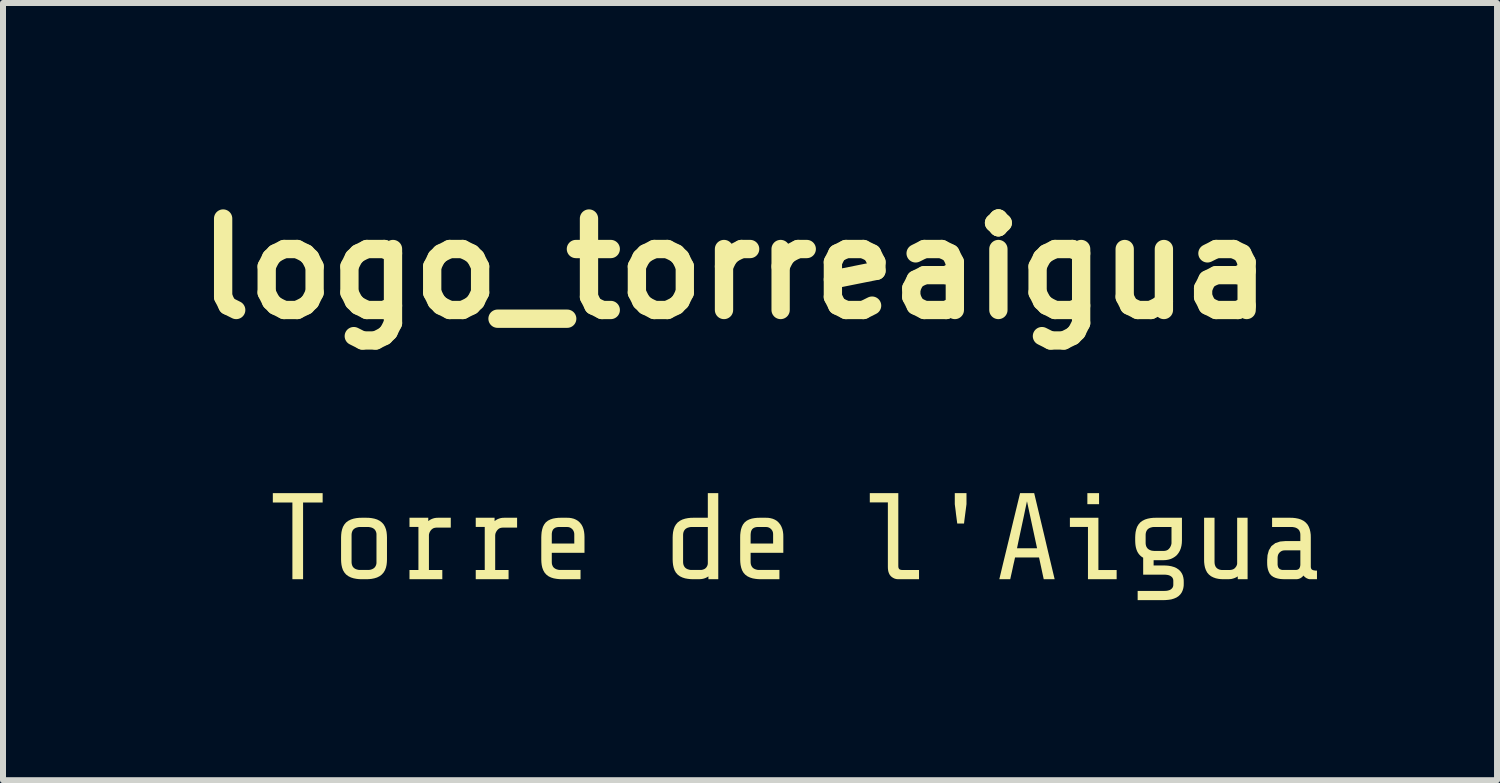
<source format=kicad_pcb>
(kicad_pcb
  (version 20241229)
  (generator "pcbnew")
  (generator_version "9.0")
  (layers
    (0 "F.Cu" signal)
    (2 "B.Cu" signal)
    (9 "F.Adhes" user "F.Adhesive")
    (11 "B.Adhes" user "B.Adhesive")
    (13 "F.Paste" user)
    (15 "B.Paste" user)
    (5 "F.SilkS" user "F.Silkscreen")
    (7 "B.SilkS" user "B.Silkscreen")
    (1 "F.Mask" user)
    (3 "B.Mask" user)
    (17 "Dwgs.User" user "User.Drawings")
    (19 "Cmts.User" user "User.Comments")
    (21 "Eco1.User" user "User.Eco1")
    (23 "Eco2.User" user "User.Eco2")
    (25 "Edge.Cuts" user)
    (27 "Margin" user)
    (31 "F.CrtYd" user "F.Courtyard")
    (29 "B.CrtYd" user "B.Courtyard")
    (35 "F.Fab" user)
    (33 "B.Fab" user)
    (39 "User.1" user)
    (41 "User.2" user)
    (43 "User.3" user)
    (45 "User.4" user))
  (footprint "logo_torreaigua"
    (layer "F.Cu")
    (at 9.195 6.212)
    (property "Reference" "logo_torreaigua" (at 0 -4.786 0) (layer "F.SilkS") (effects (font (size 1.524 1.524) (thickness 0.305))))
    (attr smd)
    (fp_poly (pts (xy 6.068 -1.045) (xy 6.068 -1.014) (xy 6.068 -0.983) (xy 6.068 -0.953) (xy 6.068 -0.922) (xy 6.068 -0.891) (xy 6.068 -0.861) (xy 6.035 -0.861) (xy 6.003 -0.861) (xy 5.97 -0.861) (xy 5.938 -0.861) (xy 5.906 -0.861) (xy 5.873 -0.861) (xy 5.873 -0.891) (xy 5.873 -0.922) (xy 5.873 -0.953) (xy 5.873 -0.983) (xy 5.873 -1.014) (xy 5.873 -1.045) (xy 5.906 -1.045) (xy 5.938 -1.045) (xy 5.97 -1.045) (xy 6.003 -1.045) (xy 6.035 -1.045) (xy 6.068 -1.045)) (stroke (width 0) (type solid)) (fill yes) (layer "F.SilkS"))
    (fp_poly (pts (xy 3.664 -0.861) (xy 3.664 -0.891) (xy 3.664 -0.922) (xy 3.664 -0.953) (xy 3.664 -0.983) (xy 3.664 -1.014) (xy 3.664 -1.045) (xy 3.696 -1.045) (xy 3.729 -1.045) (xy 3.761 -1.045) (xy 3.794 -1.045) (xy 3.826 -1.045) (xy 3.859 -1.045) (xy 3.859 -1.014) (xy 3.859 -0.983) (xy 3.859 -0.953) (xy 3.859 -0.922) (xy 3.859 -0.891) (xy 3.859 -0.861) (xy 3.852 -0.807) (xy 3.845 -0.753) (xy 3.838 -0.7) (xy 3.831 -0.646) (xy 3.824 -0.592) (xy 3.818 -0.539) (xy 3.799 -0.539) (xy 3.78 -0.539) (xy 3.762 -0.539) (xy 3.743 -0.539) (xy 3.724 -0.539) (xy 3.705 -0.539) (xy 3.698 -0.593) (xy 3.691 -0.646) (xy 3.684 -0.699) (xy 3.678 -0.753) (xy 3.671 -0.807) (xy 3.664 -0.861)) (stroke (width 0) (type solid)) (fill yes) (layer "F.SilkS"))
    (fp_poly (pts (xy -7.373 0.389) (xy -7.373 0.176) (xy -7.373 -0.037) (xy -7.373 -0.25) (xy -7.373 -0.463) (xy -7.373 -0.676) (xy -7.373 -0.889) (xy -7.428 -0.889) (xy -7.482 -0.889) (xy -7.536 -0.889) (xy -7.59 -0.889) (xy -7.645 -0.889) (xy -7.699 -0.889) (xy -7.699 -0.915) (xy -7.699 -0.941) (xy -7.699 -0.967) (xy -7.699 -0.993) (xy -7.699 -1.019) (xy -7.699 -1.045) (xy -7.56 -1.045) (xy -7.422 -1.045) (xy -7.284 -1.045) (xy -7.145 -1.045) (xy -7.007 -1.045) (xy -6.869 -1.045) (xy -6.869 -1.019) (xy -6.869 -0.993) (xy -6.869 -0.968) (xy -6.869 -0.941) (xy -6.869 -0.915) (xy -6.869 -0.889) (xy -6.923 -0.889) (xy -6.978 -0.889) (xy -7.032 -0.889) (xy -7.086 -0.889) (xy -7.141 -0.889) (xy -7.195 -0.889) (xy -7.195 -0.676) (xy -7.195 -0.463) (xy -7.195 -0.25) (xy -7.195 -0.037) (xy -7.195 0.176) (xy -7.195 0.389) (xy -7.225 0.389) (xy -7.254 0.389) (xy -7.284 0.389) (xy -7.314 0.389) (xy -7.343 0.389) (xy -7.373 0.389)) (stroke (width 0) (type solid)) (fill yes) (layer "F.SilkS"))
    (fp_poly (pts (xy 5.582 -0.482) (xy 5.582 -0.507) (xy 5.582 -0.532) (xy 5.582 -0.558) (xy 5.582 -0.584) (xy 5.582 -0.609) (xy 5.582 -0.635) (xy 5.661 -0.635) (xy 5.74 -0.635) (xy 5.82 -0.635) (xy 5.899 -0.635) (xy 5.978 -0.635) (xy 6.057 -0.635) (xy 6.057 -0.49) (xy 6.057 -0.345) (xy 6.057 -0.2) (xy 6.057 -0.055) (xy 6.057 0.09) (xy 6.057 0.236) (xy 6.108 0.236) (xy 6.158 0.236) (xy 6.209 0.236) (xy 6.259 0.236) (xy 6.31 0.236) (xy 6.361 0.236) (xy 6.361 0.261) (xy 6.361 0.287) (xy 6.361 0.312) (xy 6.361 0.338) (xy 6.361 0.363) (xy 6.361 0.389) (xy 6.281 0.389) (xy 6.201 0.389) (xy 6.122 0.389) (xy 6.042 0.389) (xy 5.963 0.389) (xy 5.883 0.389) (xy 5.883 0.244) (xy 5.883 0.099) (xy 5.883 -0.046) (xy 5.883 -0.191) (xy 5.883 -0.336) (xy 5.883 -0.482) (xy 5.833 -0.482) (xy 5.783 -0.482) (xy 5.733 -0.482) (xy 5.682 -0.482) (xy 5.632 -0.482) (xy 5.582 -0.482)) (stroke (width 0) (type solid)) (fill yes) (layer "F.SilkS"))
    (fp_poly (pts (xy 4.752 -1.045) (xy 4.867 -0.91) (xy 4.895 -0.779) (xy 4.923 -0.649) (xy 4.951 -0.518) (xy 4.979 -0.388) (xy 5.007 -0.257) (xy 5.035 -0.127) (xy 4.979 -0.127) (xy 4.924 -0.127) (xy 4.868 -0.127) (xy 4.812 -0.127) (xy 4.756 -0.127) (xy 4.701 -0.127) (xy 4.728 -0.257) (xy 4.756 -0.388) (xy 4.784 -0.518) (xy 4.812 -0.649) (xy 4.839 -0.779) (xy 4.867 -0.91) (xy 4.752 -1.045) (xy 4.694 -0.806) (xy 4.636 -0.567) (xy 4.579 -0.328) (xy 4.521 -0.089) (xy 4.463 0.15) (xy 4.406 0.389) (xy 4.436 0.389) (xy 4.466 0.389) (xy 4.497 0.389) (xy 4.527 0.389) (xy 4.557 0.389) (xy 4.588 0.389) (xy 4.601 0.329) (xy 4.615 0.268) (xy 4.628 0.208) (xy 4.641 0.147) (xy 4.655 0.087) (xy 4.668 0.027) (xy 4.734 0.027) (xy 4.801 0.027) (xy 4.868 0.027) (xy 4.935 0.027) (xy 5.001 0.027) (xy 5.068 0.027) (xy 5.081 0.087) (xy 5.094 0.148) (xy 5.107 0.208) (xy 5.12 0.269) (xy 5.133 0.329) (xy 5.146 0.389) (xy 5.176 0.389) (xy 5.206 0.389) (xy 5.237 0.389) (xy 5.267 0.389) (xy 5.297 0.389) (xy 5.328 0.389) (xy 5.271 0.15) (xy 5.214 -0.089) (xy 5.158 -0.328) (xy 5.101 -0.567) (xy 5.044 -0.806) (xy 4.987 -1.045) (xy 4.948 -1.045) (xy 4.909 -1.045) (xy 4.87 -1.045) (xy 4.83 -1.045) (xy 4.791 -1.045) (xy 4.752 -1.045)) (stroke (width 0) (type solid)) (fill yes) (layer "F.SilkS"))
    (fp_poly (pts (xy 2.723 0.389) (xy 2.701 0.388) (xy 2.679 0.384) (xy 2.657 0.377) (xy 2.637 0.367) (xy 2.618 0.355) (xy 2.6 0.34) (xy 2.582 0.319) (xy 2.569 0.294) (xy 2.559 0.268) (xy 2.553 0.24) (xy 2.55 0.213) (xy 2.549 0.184) (xy 2.549 0.005) (xy 2.549 -0.174) (xy 2.549 -0.354) (xy 2.549 -0.533) (xy 2.549 -0.712) (xy 2.549 -0.891) (xy 2.499 -0.891) (xy 2.449 -0.891) (xy 2.399 -0.891) (xy 2.348 -0.891) (xy 2.298 -0.891) (xy 2.248 -0.891) (xy 2.248 -0.917) (xy 2.248 -0.942) (xy 2.248 -0.968) (xy 2.248 -0.993) (xy 2.248 -1.019) (xy 2.248 -1.045) (xy 2.327 -1.045) (xy 2.406 -1.045) (xy 2.486 -1.045) (xy 2.565 -1.045) (xy 2.644 -1.045) (xy 2.723 -1.045) (xy 2.723 -0.842) (xy 2.723 -0.639) (xy 2.723 -0.435) (xy 2.723 -0.232) (xy 2.723 -0.029) (xy 2.723 0.174) (xy 2.724 0.183) (xy 2.725 0.191) (xy 2.726 0.199) (xy 2.73 0.207) (xy 2.734 0.215) (xy 2.74 0.221) (xy 2.748 0.227) (xy 2.757 0.23) (xy 2.766 0.233) (xy 2.775 0.235) (xy 2.785 0.235) (xy 2.795 0.236) (xy 2.841 0.236) (xy 2.886 0.236) (xy 2.931 0.236) (xy 2.977 0.236) (xy 3.022 0.236) (xy 3.068 0.236) (xy 3.068 0.261) (xy 3.068 0.286) (xy 3.068 0.312) (xy 3.068 0.338) (xy 3.068 0.363) (xy 3.068 0.389) (xy 3.01 0.389) (xy 2.953 0.389) (xy 2.896 0.389) (xy 2.838 0.389) (xy 2.78 0.389) (xy 2.723 0.389)) (stroke (width 0) (type solid)) (fill yes) (layer "F.SilkS"))
    (fp_poly (pts (xy -5.273 0.236) (xy -5.273 0.116) (xy -5.273 -0.003) (xy -5.273 -0.123) (xy -5.273 -0.243) (xy -5.273 -0.362) (xy -5.273 -0.482) (xy -5.297 -0.482) (xy -5.322 -0.482) (xy -5.347 -0.482) (xy -5.372 -0.482) (xy -5.397 -0.482) (xy -5.422 -0.482) (xy -5.422 -0.507) (xy -5.422 -0.532) (xy -5.422 -0.558) (xy -5.422 -0.584) (xy -5.422 -0.609) (xy -5.422 -0.635) (xy -5.37 -0.635) (xy -5.318 -0.635) (xy -5.266 -0.635) (xy -5.213 -0.635) (xy -5.161 -0.635) (xy -5.109 -0.635) (xy -5.109 -0.626) (xy -5.109 -0.617) (xy -5.109 -0.607) (xy -5.109 -0.598) (xy -5.109 -0.589) (xy -5.109 -0.58) (xy -5.085 -0.597) (xy -5.059 -0.611) (xy -5.032 -0.622) (xy -5.003 -0.63) (xy -4.974 -0.634) (xy -4.945 -0.635) (xy -4.909 -0.635) (xy -4.874 -0.635) (xy -4.839 -0.635) (xy -4.804 -0.635) (xy -4.769 -0.635) (xy -4.734 -0.635) (xy -4.734 -0.608) (xy -4.734 -0.581) (xy -4.734 -0.554) (xy -4.734 -0.526) (xy -4.734 -0.499) (xy -4.734 -0.471) (xy -4.772 -0.471) (xy -4.811 -0.471) (xy -4.849 -0.471) (xy -4.888 -0.471) (xy -4.926 -0.471) (xy -4.965 -0.471) (xy -4.984 -0.47) (xy -5.002 -0.467) (xy -5.02 -0.462) (xy -5.036 -0.453) (xy -5.051 -0.442) (xy -5.064 -0.428) (xy -5.073 -0.416) (xy -5.081 -0.403) (xy -5.088 -0.389) (xy -5.093 -0.374) (xy -5.097 -0.359) (xy -5.098 -0.344) (xy -5.098 -0.248) (xy -5.098 -0.151) (xy -5.098 -0.054) (xy -5.098 0.043) (xy -5.098 0.139) (xy -5.098 0.236) (xy -5.061 0.236) (xy -5.024 0.236) (xy -4.987 0.236) (xy -4.95 0.236) (xy -4.913 0.236) (xy -4.875 0.236) (xy -4.875 0.261) (xy -4.875 0.287) (xy -4.875 0.312) (xy -4.875 0.338) (xy -4.875 0.363) (xy -4.875 0.389) (xy -4.966 0.389) (xy -5.057 0.389) (xy -5.149 0.389) (xy -5.24 0.389) (xy -5.331 0.389) (xy -5.422 0.389) (xy -5.422 0.364) (xy -5.422 0.338) (xy -5.422 0.313) (xy -5.422 0.287) (xy -5.422 0.262) (xy -5.422 0.236) (xy -5.397 0.236) (xy -5.373 0.236) (xy -5.348 0.236) (xy -5.323 0.236) (xy -5.298 0.236) (xy -5.273 0.236)) (stroke (width 0) (type solid)) (fill yes) (layer "F.SilkS"))
    (fp_poly (pts (xy -4.168 0.236) (xy -4.168 0.116) (xy -4.168 -0.003) (xy -4.168 -0.123) (xy -4.168 -0.243) (xy -4.168 -0.362) (xy -4.168 -0.482) (xy -4.193 -0.482) (xy -4.218 -0.482) (xy -4.242 -0.482) (xy -4.268 -0.482) (xy -4.292 -0.482) (xy -4.318 -0.482) (xy -4.318 -0.507) (xy -4.318 -0.532) (xy -4.318 -0.558) (xy -4.318 -0.584) (xy -4.318 -0.609) (xy -4.318 -0.635) (xy -4.265 -0.635) (xy -4.213 -0.635) (xy -4.161 -0.635) (xy -4.109 -0.635) (xy -4.056 -0.635) (xy -4.004 -0.635) (xy -4.004 -0.626) (xy -4.004 -0.617) (xy -4.004 -0.607) (xy -4.004 -0.598) (xy -4.004 -0.589) (xy -4.004 -0.58) (xy -3.98 -0.597) (xy -3.955 -0.611) (xy -3.927 -0.622) (xy -3.899 -0.63) (xy -3.87 -0.634) (xy -3.84 -0.635) (xy -3.805 -0.635) (xy -3.77 -0.635) (xy -3.735 -0.635) (xy -3.7 -0.635) (xy -3.665 -0.635) (xy -3.629 -0.635) (xy -3.629 -0.608) (xy -3.629 -0.581) (xy -3.629 -0.554) (xy -3.629 -0.526) (xy -3.629 -0.499) (xy -3.629 -0.471) (xy -3.668 -0.471) (xy -3.706 -0.471) (xy -3.745 -0.471) (xy -3.783 -0.471) (xy -3.822 -0.471) (xy -3.861 -0.471) (xy -3.879 -0.47) (xy -3.898 -0.467) (xy -3.915 -0.462) (xy -3.932 -0.453) (xy -3.946 -0.442) (xy -3.959 -0.428) (xy -3.968 -0.416) (xy -3.976 -0.403) (xy -3.983 -0.389) (xy -3.989 -0.374) (xy -3.992 -0.359) (xy -3.994 -0.344) (xy -3.994 -0.248) (xy -3.994 -0.151) (xy -3.994 -0.054) (xy -3.994 0.043) (xy -3.994 0.139) (xy -3.994 0.236) (xy -3.957 0.236) (xy -3.919 0.236) (xy -3.882 0.236) (xy -3.845 0.236) (xy -3.808 0.236) (xy -3.771 0.236) (xy -3.771 0.261) (xy -3.771 0.287) (xy -3.771 0.312) (xy -3.771 0.338) (xy -3.771 0.363) (xy -3.771 0.389) (xy -3.862 0.389) (xy -3.953 0.389) (xy -4.044 0.389) (xy -4.136 0.389) (xy -4.227 0.389) (xy -4.318 0.389) (xy -4.318 0.364) (xy -4.318 0.338) (xy -4.318 0.313) (xy -4.318 0.287) (xy -4.318 0.262) (xy -4.318 0.236) (xy -4.293 0.236) (xy -4.268 0.236) (xy -4.243 0.236) (xy -4.218 0.236) (xy -4.193 0.236) (xy -4.168 0.236)) (stroke (width 0) (type solid)) (fill yes) (layer "F.SilkS"))
    (fp_poly (pts (xy 8.379 0.342) (xy 8.354 0.357) (xy 8.328 0.369) (xy 8.301 0.378) (xy 8.273 0.385) (xy 8.244 0.388) (xy 8.215 0.389) (xy 8.204 0.389) (xy 8.192 0.389) (xy 8.18 0.389) (xy 8.169 0.389) (xy 8.157 0.389) (xy 8.145 0.389) (xy 8.101 0.388) (xy 8.057 0.383) (xy 8.014 0.374) (xy 7.972 0.359) (xy 7.933 0.339) (xy 7.898 0.311) (xy 7.869 0.277) (xy 7.848 0.237) (xy 7.833 0.195) (xy 7.824 0.151) (xy 7.819 0.106) (xy 7.818 0.061) (xy 7.818 -0.055) (xy 7.818 -0.171) (xy 7.818 -0.287) (xy 7.818 -0.403) (xy 7.818 -0.519) (xy 7.818 -0.635) (xy 7.847 -0.635) (xy 7.876 -0.635) (xy 7.905 -0.635) (xy 7.934 -0.635) (xy 7.963 -0.635) (xy 7.992 -0.635) (xy 7.992 -0.512) (xy 7.992 -0.389) (xy 7.992 -0.266) (xy 7.992 -0.143) (xy 7.992 -0.02) (xy 7.992 0.102) (xy 7.993 0.12) (xy 7.995 0.138) (xy 8 0.155) (xy 8.006 0.172) (xy 8.015 0.187) (xy 8.027 0.201) (xy 8.04 0.212) (xy 8.056 0.221) (xy 8.072 0.228) (xy 8.089 0.232) (xy 8.107 0.235) (xy 8.125 0.236) (xy 8.143 0.236) (xy 8.162 0.236) (xy 8.18 0.236) (xy 8.199 0.236) (xy 8.217 0.236) (xy 8.236 0.236) (xy 8.253 0.235) (xy 8.27 0.233) (xy 8.287 0.229) (xy 8.304 0.223) (xy 8.319 0.214) (xy 8.332 0.203) (xy 8.341 0.192) (xy 8.35 0.181) (xy 8.357 0.169) (xy 8.362 0.157) (xy 8.367 0.143) (xy 8.369 0.129) (xy 8.369 0.002) (xy 8.369 -0.126) (xy 8.369 -0.253) (xy 8.369 -0.38) (xy 8.369 -0.508) (xy 8.369 -0.635) (xy 8.398 -0.635) (xy 8.427 -0.635) (xy 8.456 -0.635) (xy 8.485 -0.635) (xy 8.514 -0.635) (xy 8.543 -0.635) (xy 8.543 -0.464) (xy 8.543 -0.294) (xy 8.543 -0.123) (xy 8.543 0.048) (xy 8.543 0.219) (xy 8.543 0.389) (xy 8.516 0.389) (xy 8.489 0.389) (xy 8.461 0.389) (xy 8.434 0.389) (xy 8.407 0.389) (xy 8.379 0.389) (xy 8.379 0.382) (xy 8.379 0.374) (xy 8.379 0.366) (xy 8.379 0.358) (xy 8.379 0.35) (xy 8.379 0.342)) (stroke (width 0) (type solid)) (fill yes) (layer "F.SilkS"))
    (fp_poly (pts (xy -0.451 -1.045) (xy -0.451 -0.977) (xy -0.451 -0.909) (xy -0.451 -0.84) (xy -0.451 -0.772) (xy -0.451 -0.704) (xy -0.451 -0.635) (xy -0.709 -0.481) (xy -0.666 -0.481) (xy -0.623 -0.481) (xy -0.58 -0.481) (xy -0.537 -0.481) (xy -0.494 -0.481) (xy -0.451 -0.481) (xy -0.451 -0.381) (xy -0.451 -0.28) (xy -0.451 -0.179) (xy -0.451 -0.078) (xy -0.451 0.022) (xy -0.451 0.123) (xy -0.452 0.137) (xy -0.455 0.151) (xy -0.46 0.165) (xy -0.466 0.177) (xy -0.474 0.19) (xy -0.484 0.201) (xy -0.497 0.213) (xy -0.513 0.222) (xy -0.53 0.228) (xy -0.548 0.233) (xy -0.566 0.235) (xy -0.584 0.235) (xy -0.605 0.235) (xy -0.626 0.235) (xy -0.646 0.235) (xy -0.667 0.235) (xy -0.688 0.235) (xy -0.709 0.235) (xy -0.729 0.235) (xy -0.75 0.233) (xy -0.77 0.228) (xy -0.789 0.222) (xy -0.807 0.213) (xy -0.824 0.201) (xy -0.836 0.188) (xy -0.846 0.173) (xy -0.854 0.156) (xy -0.859 0.139) (xy -0.862 0.121) (xy -0.863 0.103) (xy -0.863 0.028) (xy -0.863 -0.048) (xy -0.863 -0.123) (xy -0.863 -0.198) (xy -0.863 -0.273) (xy -0.863 -0.349) (xy -0.862 -0.367) (xy -0.859 -0.385) (xy -0.854 -0.402) (xy -0.846 -0.419) (xy -0.836 -0.434) (xy -0.824 -0.447) (xy -0.807 -0.459) (xy -0.789 -0.468) (xy -0.769 -0.474) (xy -0.749 -0.479) (xy -0.729 -0.481) (xy -0.709 -0.481) (xy -0.451 -0.635) (xy -0.491 -0.635) (xy -0.53 -0.635) (xy -0.57 -0.635) (xy -0.609 -0.635) (xy -0.649 -0.635) (xy -0.689 -0.635) (xy -0.736 -0.634) (xy -0.782 -0.629) (xy -0.828 -0.62) (xy -0.873 -0.606) (xy -0.915 -0.585) (xy -0.953 -0.557) (xy -0.982 -0.523) (xy -1.005 -0.484) (xy -1.02 -0.441) (xy -1.03 -0.397) (xy -1.035 -0.352) (xy -1.037 -0.307) (xy -1.037 -0.246) (xy -1.037 -0.184) (xy -1.037 -0.123) (xy -1.037 -0.061) (xy -1.037 -0.00008) (xy -1.037 0.061) (xy -1.035 0.107) (xy -1.03 0.152) (xy -1.02 0.197) (xy -1.005 0.24) (xy -0.983 0.279) (xy -0.953 0.313) (xy -0.915 0.341) (xy -0.873 0.361) (xy -0.829 0.375) (xy -0.783 0.383) (xy -0.736 0.388) (xy -0.689 0.389) (xy -0.675 0.389) (xy -0.661 0.389) (xy -0.647 0.389) (xy -0.632 0.389) (xy -0.619 0.389) (xy -0.604 0.389) (xy -0.576 0.388) (xy -0.547 0.385) (xy -0.519 0.379) (xy -0.492 0.37) (xy -0.465 0.357) (xy -0.441 0.342) (xy -0.441 0.35) (xy -0.441 0.358) (xy -0.441 0.366) (xy -0.441 0.374) (xy -0.441 0.381) (xy -0.441 0.389) (xy -0.414 0.389) (xy -0.386 0.389) (xy -0.359 0.389) (xy -0.332 0.389) (xy -0.304 0.389) (xy -0.277 0.389) (xy -0.277 0.15) (xy -0.277 -0.089) (xy -0.277 -0.328) (xy -0.277 -0.567) (xy -0.277 -0.806) (xy -0.277 -1.045) (xy -0.306 -1.045) (xy -0.335 -1.045) (xy -0.364 -1.045) (xy -0.393 -1.045) (xy -0.422 -1.045) (xy -0.451 -1.045)) (stroke (width 0) (type solid)) (fill yes) (layer "F.SilkS"))
    (fp_poly (pts (xy -6.213 -0.635) (xy -6.234 -0.481) (xy -6.216 -0.481) (xy -6.198 -0.481) (xy -6.18 -0.481) (xy -6.161 -0.481) (xy -6.143 -0.481) (xy -6.125 -0.481) (xy -6.104 -0.481) (xy -6.084 -0.478) (xy -6.064 -0.474) (xy -6.045 -0.468) (xy -6.027 -0.459) (xy -6.01 -0.447) (xy -5.998 -0.434) (xy -5.988 -0.419) (xy -5.98 -0.402) (xy -5.975 -0.385) (xy -5.972 -0.367) (xy -5.972 -0.349) (xy -5.972 -0.274) (xy -5.972 -0.198) (xy -5.972 -0.123) (xy -5.972 -0.048) (xy -5.972 0.027) (xy -5.972 0.103) (xy -5.972 0.121) (xy -5.975 0.139) (xy -5.98 0.156) (xy -5.988 0.173) (xy -5.998 0.188) (xy -6.01 0.201) (xy -6.027 0.213) (xy -6.045 0.222) (xy -6.065 0.229) (xy -6.085 0.233) (xy -6.105 0.235) (xy -6.125 0.235) (xy -6.143 0.235) (xy -6.161 0.235) (xy -6.179 0.235) (xy -6.197 0.235) (xy -6.215 0.235) (xy -6.234 0.235) (xy -6.254 0.235) (xy -6.274 0.233) (xy -6.294 0.228) (xy -6.314 0.222) (xy -6.332 0.213) (xy -6.348 0.201) (xy -6.361 0.188) (xy -6.371 0.173) (xy -6.378 0.156) (xy -6.383 0.139) (xy -6.386 0.121) (xy -6.387 0.103) (xy -6.387 0.028) (xy -6.387 -0.048) (xy -6.387 -0.123) (xy -6.387 -0.198) (xy -6.387 -0.273) (xy -6.387 -0.349) (xy -6.386 -0.367) (xy -6.383 -0.385) (xy -6.378 -0.402) (xy -6.371 -0.419) (xy -6.361 -0.434) (xy -6.348 -0.447) (xy -6.332 -0.459) (xy -6.314 -0.468) (xy -6.294 -0.474) (xy -6.274 -0.479) (xy -6.254 -0.481) (xy -6.234 -0.481) (xy -6.213 -0.635) (xy -6.26 -0.634) (xy -6.307 -0.629) (xy -6.353 -0.62) (xy -6.397 -0.606) (xy -6.44 -0.585) (xy -6.478 -0.557) (xy -6.507 -0.523) (xy -6.53 -0.484) (xy -6.545 -0.441) (xy -6.555 -0.397) (xy -6.56 -0.352) (xy -6.562 -0.307) (xy -6.562 -0.246) (xy -6.562 -0.184) (xy -6.562 -0.123) (xy -6.562 -0.061) (xy -6.562 -0.00008) (xy -6.562 0.061) (xy -6.56 0.107) (xy -6.555 0.151) (xy -6.545 0.195) (xy -6.53 0.238) (xy -6.507 0.277) (xy -6.478 0.311) (xy -6.44 0.339) (xy -6.397 0.36) (xy -6.353 0.374) (xy -6.306 0.383) (xy -6.26 0.388) (xy -6.213 0.389) (xy -6.202 0.389) (xy -6.191 0.389) (xy -6.179 0.389) (xy -6.168 0.389) (xy -6.157 0.389) (xy -6.146 0.389) (xy -6.099 0.388) (xy -6.052 0.383) (xy -6.007 0.374) (xy -5.962 0.36) (xy -5.92 0.339) (xy -5.883 0.311) (xy -5.853 0.277) (xy -5.83 0.238) (xy -5.814 0.196) (xy -5.804 0.152) (xy -5.799 0.107) (xy -5.797 0.061) (xy -5.797 -0.000405) (xy -5.797 -0.062) (xy -5.797 -0.123) (xy -5.797 -0.185) (xy -5.797 -0.246) (xy -5.797 -0.307) (xy -5.799 -0.352) (xy -5.804 -0.398) (xy -5.814 -0.442) (xy -5.83 -0.484) (xy -5.853 -0.524) (xy -5.883 -0.557) (xy -5.92 -0.585) (xy -5.962 -0.606) (xy -6.007 -0.62) (xy -6.053 -0.629) (xy -6.099 -0.634) (xy -6.146 -0.635) (xy -6.157 -0.635) (xy -6.168 -0.635) (xy -6.179 -0.635) (xy -6.191 -0.635) (xy -6.202 -0.635) (xy -6.213 -0.635)) (stroke (width 0) (type solid)) (fill yes) (layer "F.SilkS"))
    (fp_poly (pts (xy -2.897 -0.635) (xy -2.918 -0.481) (xy -2.898 -0.481) (xy -2.879 -0.481) (xy -2.859 -0.481) (xy -2.839 -0.481) (xy -2.819 -0.481) (xy -2.799 -0.481) (xy -2.783 -0.48) (xy -2.767 -0.478) (xy -2.751 -0.473) (xy -2.737 -0.466) (xy -2.724 -0.457) (xy -2.711 -0.447) (xy -2.701 -0.434) (xy -2.692 -0.421) (xy -2.685 -0.406) (xy -2.68 -0.391) (xy -2.677 -0.375) (xy -2.676 -0.358) (xy -2.676 -0.333) (xy -2.676 -0.308) (xy -2.676 -0.282) (xy -2.676 -0.256) (xy -2.676 -0.231) (xy -2.676 -0.205) (xy -2.739 -0.205) (xy -2.801 -0.205) (xy -2.864 -0.205) (xy -2.926 -0.205) (xy -2.989 -0.205) (xy -3.051 -0.205) (xy -3.051 -0.229) (xy -3.051 -0.252) (xy -3.051 -0.276) (xy -3.051 -0.3) (xy -3.051 -0.324) (xy -3.051 -0.349) (xy -3.051 -0.366) (xy -3.049 -0.383) (xy -3.046 -0.401) (xy -3.04 -0.417) (xy -3.033 -0.433) (xy -3.022 -0.447) (xy -3.008 -0.459) (xy -2.992 -0.469) (xy -2.974 -0.475) (xy -2.956 -0.479) (xy -2.937 -0.481) (xy -2.918 -0.481) (xy -2.897 -0.635) (xy -2.942 -0.634) (xy -2.987 -0.629) (xy -3.031 -0.621) (xy -3.074 -0.607) (xy -3.114 -0.587) (xy -3.15 -0.559) (xy -3.177 -0.524) (xy -3.198 -0.484) (xy -3.211 -0.441) (xy -3.22 -0.397) (xy -3.224 -0.352) (xy -3.226 -0.307) (xy -3.226 -0.246) (xy -3.226 -0.184) (xy -3.226 -0.123) (xy -3.226 -0.061) (xy -3.226 -0.00008) (xy -3.226 0.061) (xy -3.224 0.107) (xy -3.219 0.152) (xy -3.209 0.197) (xy -3.193 0.24) (xy -3.171 0.279) (xy -3.141 0.313) (xy -3.104 0.341) (xy -3.062 0.361) (xy -3.017 0.375) (xy -2.971 0.383) (xy -2.924 0.388) (xy -2.877 0.389) (xy -2.826 0.389) (xy -2.775 0.389) (xy -2.725 0.389) (xy -2.674 0.389) (xy -2.622 0.389) (xy -2.572 0.389) (xy -2.572 0.364) (xy -2.572 0.338) (xy -2.572 0.313) (xy -2.572 0.287) (xy -2.572 0.261) (xy -2.572 0.235) (xy -2.626 0.235) (xy -2.68 0.235) (xy -2.734 0.235) (xy -2.789 0.235) (xy -2.843 0.235) (xy -2.897 0.235) (xy -2.918 0.235) (xy -2.938 0.233) (xy -2.958 0.228) (xy -2.977 0.222) (xy -2.995 0.213) (xy -3.012 0.201) (xy -3.025 0.188) (xy -3.035 0.173) (xy -3.042 0.156) (xy -3.048 0.139) (xy -3.05 0.121) (xy -3.051 0.103) (xy -3.051 0.077) (xy -3.051 0.052) (xy -3.051 0.026) (xy -3.051 0.000193) (xy -3.051 -0.025) (xy -3.051 -0.051) (xy -2.961 -0.051) (xy -2.87 -0.051) (xy -2.779 -0.051) (xy -2.688 -0.051) (xy -2.597 -0.051) (xy -2.506 -0.051) (xy -2.506 -0.096) (xy -2.506 -0.14) (xy -2.506 -0.184) (xy -2.506 -0.229) (xy -2.506 -0.273) (xy -2.506 -0.318) (xy -2.508 -0.36) (xy -2.513 -0.402) (xy -2.522 -0.443) (xy -2.536 -0.483) (xy -2.556 -0.52) (xy -2.582 -0.553) (xy -2.612 -0.581) (xy -2.646 -0.602) (xy -2.682 -0.618) (xy -2.721 -0.628) (xy -2.761 -0.634) (xy -2.801 -0.635) (xy -2.817 -0.635) (xy -2.833 -0.635) (xy -2.849 -0.635) (xy -2.865 -0.635) (xy -2.881 -0.635) (xy -2.897 -0.635)) (stroke (width 0) (type solid)) (fill yes) (layer "F.SilkS"))
    (fp_poly (pts (xy 0.416 -0.635) (xy 0.395 -0.481) (xy 0.415 -0.481) (xy 0.435 -0.481) (xy 0.455 -0.481) (xy 0.475 -0.481) (xy 0.494 -0.481) (xy 0.514 -0.481) (xy 0.53 -0.48) (xy 0.547 -0.478) (xy 0.562 -0.473) (xy 0.577 -0.466) (xy 0.59 -0.457) (xy 0.602 -0.447) (xy 0.613 -0.434) (xy 0.622 -0.421) (xy 0.629 -0.406) (xy 0.634 -0.391) (xy 0.636 -0.375) (xy 0.637 -0.358) (xy 0.637 -0.333) (xy 0.637 -0.308) (xy 0.637 -0.282) (xy 0.637 -0.256) (xy 0.637 -0.231) (xy 0.637 -0.205) (xy 0.575 -0.205) (xy 0.512 -0.205) (xy 0.45 -0.205) (xy 0.387 -0.205) (xy 0.325 -0.205) (xy 0.262 -0.205) (xy 0.262 -0.229) (xy 0.262 -0.252) (xy 0.262 -0.276) (xy 0.262 -0.3) (xy 0.262 -0.324) (xy 0.262 -0.349) (xy 0.263 -0.366) (xy 0.265 -0.383) (xy 0.268 -0.401) (xy 0.273 -0.417) (xy 0.281 -0.433) (xy 0.291 -0.447) (xy 0.305 -0.459) (xy 0.322 -0.469) (xy 0.339 -0.475) (xy 0.357 -0.479) (xy 0.376 -0.481) (xy 0.395 -0.481) (xy 0.416 -0.635) (xy 0.371 -0.634) (xy 0.326 -0.629) (xy 0.282 -0.621) (xy 0.239 -0.607) (xy 0.199 -0.587) (xy 0.164 -0.559) (xy 0.136 -0.524) (xy 0.116 -0.484) (xy 0.102 -0.441) (xy 0.094 -0.397) (xy 0.089 -0.352) (xy 0.088 -0.307) (xy 0.088 -0.246) (xy 0.088 -0.184) (xy 0.088 -0.123) (xy 0.088 -0.061) (xy 0.088 -0.00008) (xy 0.088 0.061) (xy 0.09 0.107) (xy 0.095 0.152) (xy 0.105 0.197) (xy 0.12 0.24) (xy 0.142 0.279) (xy 0.172 0.313) (xy 0.21 0.341) (xy 0.252 0.361) (xy 0.296 0.375) (xy 0.342 0.383) (xy 0.389 0.388) (xy 0.436 0.389) (xy 0.487 0.389) (xy 0.538 0.389) (xy 0.589 0.389) (xy 0.64 0.389) (xy 0.691 0.389) (xy 0.742 0.389) (xy 0.742 0.364) (xy 0.742 0.338) (xy 0.742 0.313) (xy 0.742 0.287) (xy 0.742 0.261) (xy 0.742 0.235) (xy 0.687 0.235) (xy 0.633 0.235) (xy 0.579 0.235) (xy 0.525 0.235) (xy 0.47 0.235) (xy 0.416 0.235) (xy 0.396 0.235) (xy 0.375 0.233) (xy 0.355 0.228) (xy 0.336 0.222) (xy 0.318 0.213) (xy 0.301 0.201) (xy 0.289 0.188) (xy 0.279 0.173) (xy 0.271 0.156) (xy 0.266 0.139) (xy 0.263 0.121) (xy 0.262 0.103) (xy 0.262 0.077) (xy 0.262 0.052) (xy 0.262 0.026) (xy 0.262 0.000193) (xy 0.262 -0.025) (xy 0.262 -0.051) (xy 0.353 -0.051) (xy 0.444 -0.051) (xy 0.535 -0.051) (xy 0.626 -0.051) (xy 0.717 -0.051) (xy 0.807 -0.051) (xy 0.807 -0.096) (xy 0.807 -0.14) (xy 0.807 -0.184) (xy 0.807 -0.229) (xy 0.807 -0.273) (xy 0.807 -0.318) (xy 0.806 -0.36) (xy 0.801 -0.402) (xy 0.792 -0.443) (xy 0.777 -0.483) (xy 0.757 -0.52) (xy 0.731 -0.553) (xy 0.702 -0.581) (xy 0.668 -0.602) (xy 0.631 -0.618) (xy 0.592 -0.628) (xy 0.553 -0.634) (xy 0.512 -0.635) (xy 0.496 -0.635) (xy 0.48 -0.635) (xy 0.464 -0.635) (xy 0.448 -0.635) (xy 0.432 -0.635) (xy 0.416 -0.635)) (stroke (width 0) (type solid)) (fill yes) (layer "F.SilkS"))
    (fp_poly (pts (xy 8.951 -0.635) (xy 8.951 -0.61) (xy 8.951 -0.584) (xy 8.951 -0.559) (xy 8.951 -0.533) (xy 8.951 -0.507) (xy 8.951 -0.481) (xy 9.004 -0.481) (xy 9.057 -0.481) (xy 9.109 -0.481) (xy 9.162 -0.481) (xy 9.216 -0.481) (xy 9.268 -0.481) (xy 9.289 -0.481) (xy 9.309 -0.478) (xy 9.329 -0.474) (xy 9.348 -0.468) (xy 9.366 -0.459) (xy 9.383 -0.447) (xy 9.396 -0.434) (xy 9.406 -0.419) (xy 9.413 -0.402) (xy 9.419 -0.385) (xy 9.421 -0.367) (xy 9.422 -0.349) (xy 9.422 -0.332) (xy 9.422 -0.314) (xy 9.422 -0.297) (xy 9.422 -0.28) (xy 9.422 -0.263) (xy 9.422 -0.246) (xy 9.166 -0.092) (xy 9.209 -0.092) (xy 9.251 -0.092) (xy 9.294 -0.092) (xy 9.337 -0.092) (xy 9.379 -0.092) (xy 9.422 -0.092) (xy 9.422 -0.055) (xy 9.422 -0.017) (xy 9.422 0.02) (xy 9.422 0.058) (xy 9.422 0.095) (xy 9.422 0.133) (xy 9.422 0.146) (xy 9.421 0.159) (xy 9.419 0.171) (xy 9.416 0.184) (xy 9.411 0.195) (xy 9.406 0.207) (xy 9.396 0.218) (xy 9.384 0.226) (xy 9.371 0.231) (xy 9.356 0.234) (xy 9.342 0.235) (xy 9.328 0.235) (xy 9.297 0.235) (xy 9.267 0.235) (xy 9.237 0.235) (xy 9.206 0.235) (xy 9.176 0.235) (xy 9.145 0.235) (xy 9.132 0.235) (xy 9.118 0.234) (xy 9.104 0.231) (xy 9.091 0.226) (xy 9.079 0.22) (xy 9.068 0.211) (xy 9.059 0.2) (xy 9.052 0.188) (xy 9.048 0.175) (xy 9.045 0.161) (xy 9.043 0.147) (xy 9.043 0.133) (xy 9.043 0.116) (xy 9.043 0.099) (xy 9.043 0.082) (xy 9.043 0.065) (xy 9.043 0.048) (xy 9.043 0.031) (xy 9.044 0.015) (xy 9.047 -0.002) (xy 9.051 -0.017) (xy 9.058 -0.032) (xy 9.067 -0.045) (xy 9.078 -0.058) (xy 9.09 -0.068) (xy 9.103 -0.077) (xy 9.118 -0.084) (xy 9.133 -0.089) (xy 9.15 -0.091) (xy 9.166 -0.092) (xy 9.422 -0.246) (xy 9.38 -0.246) (xy 9.338 -0.246) (xy 9.295 -0.246) (xy 9.253 -0.246) (xy 9.211 -0.246) (xy 9.168 -0.246) (xy 9.085 -0.239) (xy 9.006 -0.213) (xy 8.94 -0.163) (xy 8.897 -0.092) (xy 8.875 -0.012) (xy 8.869 0.072) (xy 8.869 0.078) (xy 8.869 0.085) (xy 8.869 0.092) (xy 8.869 0.099) (xy 8.869 0.106) (xy 8.869 0.112) (xy 8.87 0.151) (xy 8.874 0.19) (xy 8.882 0.228) (xy 8.895 0.264) (xy 8.913 0.299) (xy 8.939 0.328) (xy 8.972 0.351) (xy 9.008 0.367) (xy 9.047 0.378) (xy 9.086 0.385) (xy 9.126 0.388) (xy 9.166 0.389) (xy 9.197 0.389) (xy 9.227 0.389) (xy 9.257 0.389) (xy 9.288 0.389) (xy 9.318 0.389) (xy 9.348 0.389) (xy 9.373 0.388) (xy 9.396 0.383) (xy 9.419 0.374) (xy 9.439 0.362) (xy 9.458 0.346) (xy 9.473 0.328) (xy 9.481 0.337) (xy 9.489 0.345) (xy 9.498 0.353) (xy 9.507 0.36) (xy 9.517 0.367) (xy 9.527 0.373) (xy 9.536 0.377) (xy 9.546 0.381) (xy 9.556 0.385) (xy 9.566 0.387) (xy 9.576 0.389) (xy 9.586 0.389) (xy 9.605 0.389) (xy 9.623 0.389) (xy 9.642 0.389) (xy 9.661 0.389) (xy 9.68 0.389) (xy 9.699 0.389) (xy 9.699 0.366) (xy 9.699 0.342) (xy 9.699 0.318) (xy 9.699 0.294) (xy 9.699 0.27) (xy 9.699 0.246) (xy 9.685 0.246) (xy 9.672 0.245) (xy 9.658 0.243) (xy 9.645 0.241) (xy 9.631 0.237) (xy 9.619 0.231) (xy 9.612 0.226) (xy 9.606 0.219) (xy 9.602 0.211) (xy 9.599 0.202) (xy 9.597 0.193) (xy 9.596 0.184) (xy 9.596 0.103) (xy 9.596 0.02) (xy 9.596 -0.062) (xy 9.596 -0.144) (xy 9.596 -0.225) (xy 9.596 -0.307) (xy 9.595 -0.352) (xy 9.589 -0.398) (xy 9.579 -0.442) (xy 9.563 -0.484) (xy 9.54 -0.524) (xy 9.51 -0.557) (xy 9.473 -0.585) (xy 9.431 -0.606) (xy 9.387 -0.62) (xy 9.341 -0.629) (xy 9.295 -0.634) (xy 9.248 -0.635) (xy 9.198 -0.635) (xy 9.149 -0.635) (xy 9.1 -0.635) (xy 9.05 -0.635) (xy 9 -0.635) (xy 8.951 -0.635)) (stroke (width 0) (type solid)) (fill yes) (layer "F.SilkS"))
    (fp_poly (pts (xy 7.018 -0.635) (xy 6.998 -0.481) (xy 7.044 -0.481) (xy 7.09 -0.481) (xy 7.136 -0.481) (xy 7.182 -0.481) (xy 7.229 -0.481) (xy 7.275 -0.481) (xy 7.275 -0.436) (xy 7.275 -0.391) (xy 7.275 -0.345) (xy 7.275 -0.3) (xy 7.275 -0.254) (xy 7.275 -0.209) (xy 7.272 -0.193) (xy 7.268 -0.178) (xy 7.262 -0.163) (xy 7.255 -0.149) (xy 7.247 -0.135) (xy 7.237 -0.123) (xy 7.225 -0.11) (xy 7.211 -0.099) (xy 7.194 -0.091) (xy 7.177 -0.086) (xy 7.159 -0.083) (xy 7.141 -0.082) (xy 7.118 -0.082) (xy 7.094 -0.082) (xy 7.07 -0.082) (xy 7.046 -0.082) (xy 7.022 -0.082) (xy 6.998 -0.082) (xy 6.978 -0.083) (xy 6.958 -0.085) (xy 6.937 -0.089) (xy 6.918 -0.096) (xy 6.9 -0.105) (xy 6.883 -0.117) (xy 6.871 -0.13) (xy 6.861 -0.145) (xy 6.853 -0.161) (xy 6.848 -0.179) (xy 6.845 -0.197) (xy 6.844 -0.215) (xy 6.844 -0.237) (xy 6.844 -0.259) (xy 6.844 -0.282) (xy 6.844 -0.304) (xy 6.844 -0.326) (xy 6.844 -0.349) (xy 6.845 -0.367) (xy 6.848 -0.385) (xy 6.853 -0.402) (xy 6.861 -0.419) (xy 6.871 -0.434) (xy 6.883 -0.447) (xy 6.9 -0.459) (xy 6.918 -0.468) (xy 6.938 -0.474) (xy 6.958 -0.479) (xy 6.978 -0.481) (xy 6.998 -0.481) (xy 7.018 -0.635) (xy 6.971 -0.634) (xy 6.925 -0.629) (xy 6.879 -0.62) (xy 6.834 -0.606) (xy 6.792 -0.585) (xy 6.754 -0.557) (xy 6.725 -0.523) (xy 6.702 -0.484) (xy 6.687 -0.441) (xy 6.677 -0.397) (xy 6.672 -0.352) (xy 6.67 -0.307) (xy 6.67 -0.299) (xy 6.67 -0.29) (xy 6.67 -0.282) (xy 6.67 -0.273) (xy 6.67 -0.265) (xy 6.67 -0.256) (xy 6.671 -0.225) (xy 6.673 -0.195) (xy 6.677 -0.164) (xy 6.683 -0.134) (xy 6.692 -0.104) (xy 6.703 -0.076) (xy 6.715 -0.054) (xy 6.729 -0.033) (xy 6.745 -0.014) (xy 6.762 0.003) (xy 6.782 0.018) (xy 6.803 0.031) (xy 6.803 0.078) (xy 6.803 0.125) (xy 6.803 0.172) (xy 6.803 0.219) (xy 6.803 0.267) (xy 6.803 0.313) (xy 6.863 0.313) (xy 6.922 0.313) (xy 6.98 0.313) (xy 7.04 0.313) (xy 7.099 0.313) (xy 7.158 0.313) (xy 7.177 0.314) (xy 7.196 0.316) (xy 7.215 0.319) (xy 7.234 0.324) (xy 7.252 0.332) (xy 7.268 0.342) (xy 7.28 0.352) (xy 7.289 0.362) (xy 7.296 0.374) (xy 7.301 0.387) (xy 7.304 0.401) (xy 7.305 0.416) (xy 7.305 0.427) (xy 7.305 0.437) (xy 7.305 0.449) (xy 7.305 0.46) (xy 7.305 0.47) (xy 7.305 0.481) (xy 7.304 0.496) (xy 7.301 0.51) (xy 7.296 0.523) (xy 7.288 0.535) (xy 7.279 0.546) (xy 7.268 0.555) (xy 7.252 0.566) (xy 7.234 0.573) (xy 7.215 0.578) (xy 7.196 0.582) (xy 7.177 0.583) (xy 7.158 0.584) (xy 7.084 0.584) (xy 7.009 0.584) (xy 6.934 0.584) (xy 6.86 0.584) (xy 6.785 0.584) (xy 6.711 0.584) (xy 6.711 0.609) (xy 6.711 0.635) (xy 6.711 0.66) (xy 6.711 0.686) (xy 6.711 0.712) (xy 6.711 0.738) (xy 6.782 0.738) (xy 6.853 0.738) (xy 6.924 0.738) (xy 6.995 0.738) (xy 7.066 0.738) (xy 7.137 0.738) (xy 7.183 0.736) (xy 7.228 0.732) (xy 7.273 0.725) (xy 7.316 0.712) (xy 7.358 0.694) (xy 7.396 0.668) (xy 7.423 0.641) (xy 7.445 0.61) (xy 7.461 0.575) (xy 7.472 0.538) (xy 7.478 0.5) (xy 7.479 0.461) (xy 7.479 0.457) (xy 7.479 0.453) (xy 7.479 0.449) (xy 7.479 0.445) (xy 7.479 0.441) (xy 7.479 0.436) (xy 7.478 0.398) (xy 7.472 0.36) (xy 7.462 0.323) (xy 7.445 0.288) (xy 7.423 0.257) (xy 7.396 0.23) (xy 7.358 0.204) (xy 7.317 0.186) (xy 7.273 0.173) (xy 7.228 0.165) (xy 7.183 0.161) (xy 7.137 0.16) (xy 7.111 0.16) (xy 7.084 0.16) (xy 7.058 0.16) (xy 7.031 0.16) (xy 7.004 0.16) (xy 6.977 0.16) (xy 6.977 0.145) (xy 6.977 0.131) (xy 6.977 0.116) (xy 6.977 0.101) (xy 6.977 0.086) (xy 6.977 0.072) (xy 7.005 0.072) (xy 7.032 0.072) (xy 7.059 0.072) (xy 7.086 0.072) (xy 7.114 0.072) (xy 7.141 0.072) (xy 7.182 0.07) (xy 7.223 0.063) (xy 7.262 0.052) (xy 7.299 0.035) (xy 7.334 0.013) (xy 7.365 -0.014) (xy 7.392 -0.048) (xy 7.414 -0.086) (xy 7.43 -0.126) (xy 7.441 -0.169) (xy 7.447 -0.212) (xy 7.449 -0.256) (xy 7.449 -0.319) (xy 7.449 -0.382) (xy 7.449 -0.446) (xy 7.449 -0.509) (xy 7.449 -0.572) (xy 7.449 -0.635) (xy 7.377 -0.635) (xy 7.305 -0.635) (xy 7.234 -0.635) (xy 7.162 -0.635) (xy 7.09 -0.635) (xy 7.018 -0.635)) (stroke (width 0) (type solid)) (fill yes) (layer "F.SilkS")))
  (gr_rect
    (start -3 -3)
    (end 21.894 9.95)
    (stroke (width 0.1) (type default))
    (fill no)
    (layer "Edge.Cuts")))
</source>
